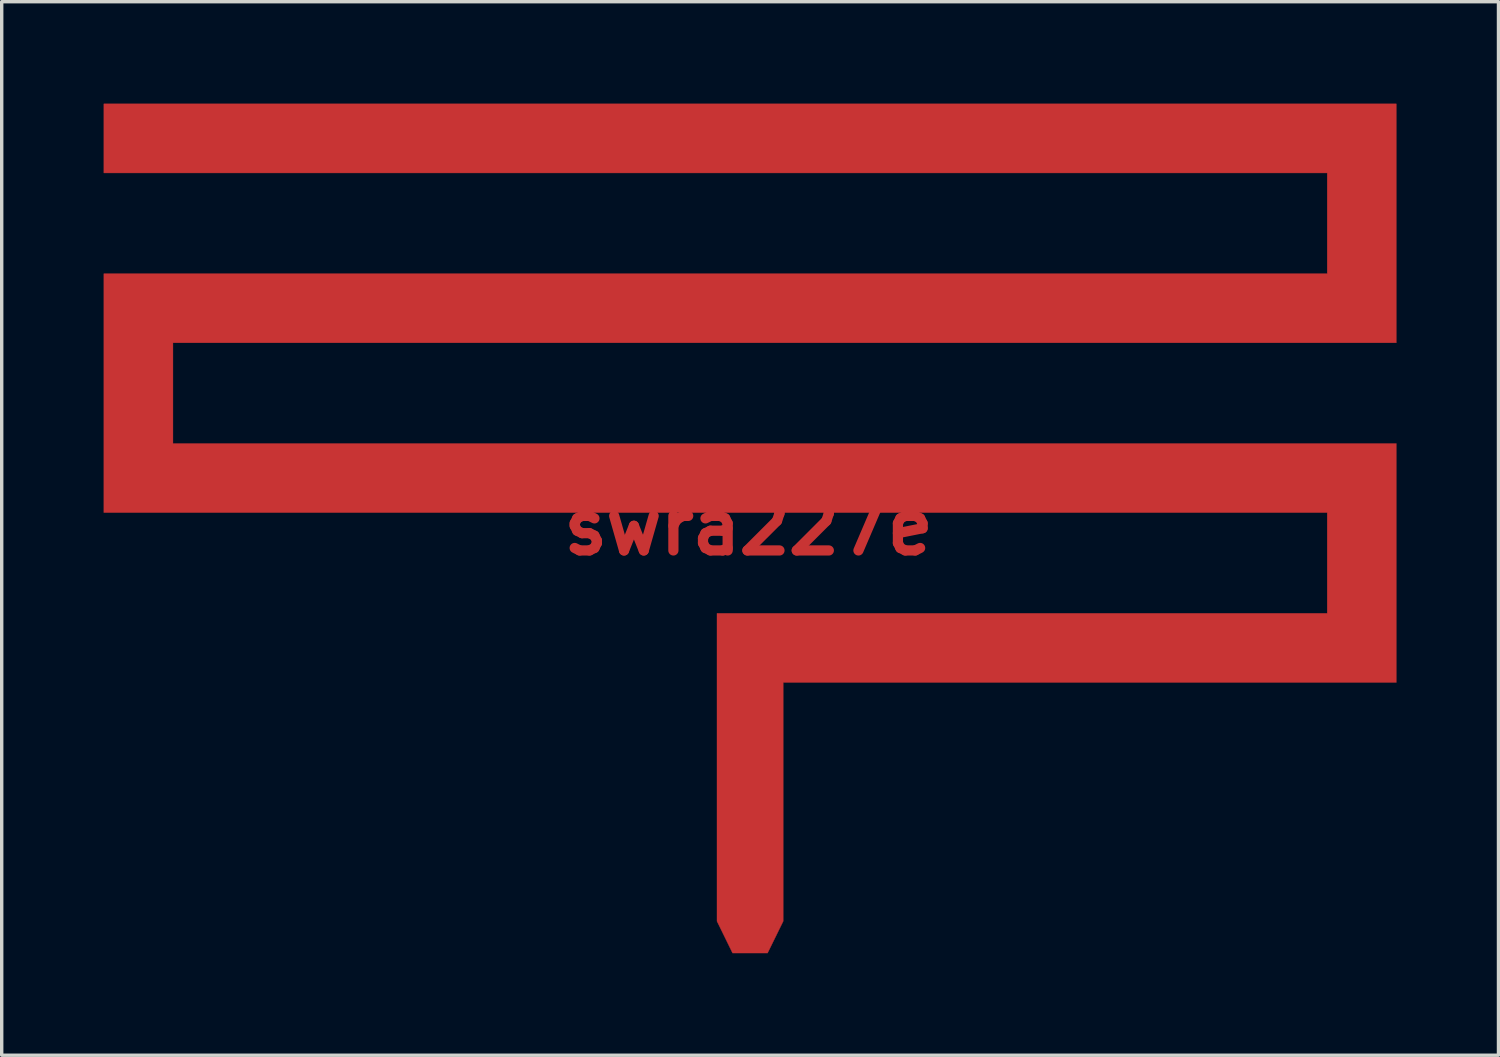
<source format=kicad_pcb>
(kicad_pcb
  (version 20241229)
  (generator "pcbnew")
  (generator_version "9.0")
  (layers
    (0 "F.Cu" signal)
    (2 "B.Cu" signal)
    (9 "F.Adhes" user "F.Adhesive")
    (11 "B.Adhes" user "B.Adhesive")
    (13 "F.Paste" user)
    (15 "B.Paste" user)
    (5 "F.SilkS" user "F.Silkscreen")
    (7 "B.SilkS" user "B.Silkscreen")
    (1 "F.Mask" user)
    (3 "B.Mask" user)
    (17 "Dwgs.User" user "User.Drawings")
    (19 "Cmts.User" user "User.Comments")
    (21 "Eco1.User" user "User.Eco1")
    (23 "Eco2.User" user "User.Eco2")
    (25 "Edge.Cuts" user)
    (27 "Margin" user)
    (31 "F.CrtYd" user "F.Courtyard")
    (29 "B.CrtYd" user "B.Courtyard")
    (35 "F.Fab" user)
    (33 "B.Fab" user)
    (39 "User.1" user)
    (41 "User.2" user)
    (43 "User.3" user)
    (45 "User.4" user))
  (footprint "swra227e"
    (layer "F.Cu")
    (at 18.97 12.451)
    (property "Reference" "swra227e" (at 0 0 0) (layer "F.Cu") (effects (font (size 1.524 1.524) (thickness 0.3))))
    (attr through_hole)
    (fp_poly (pts (xy 19.05 -5.419) (xy -16.933 -5.419) (xy -16.933 -2.455) (xy 19.05 -2.455) (xy 19.05 4.572) (xy 1.016 4.572) (xy 1.016 11.596) (xy 0.787 12.063) (xy 0.557 12.531) (xy -0.473 12.531) (xy -0.702 12.063) (xy -0.931 11.596) (xy -0.931 2.54) (xy 17.018 2.54) (xy 17.018 -0.423) (xy -18.965 -0.423) (xy -18.965 -7.451) (xy 17.018 -7.451) (xy 17.018 -10.414) (xy -18.965 -10.414) (xy -18.965 -12.446) (xy 19.05 -12.446) (xy 19.05 -5.419)) (stroke (width 0.01) (type solid)) (fill yes) (layer "F.Cu")))
  (gr_rect
    (start -3 -3)
    (end 41.025 27.987)
    (stroke (width 0.1) (type default))
    (fill no)
    (layer "Edge.Cuts")))
</source>
